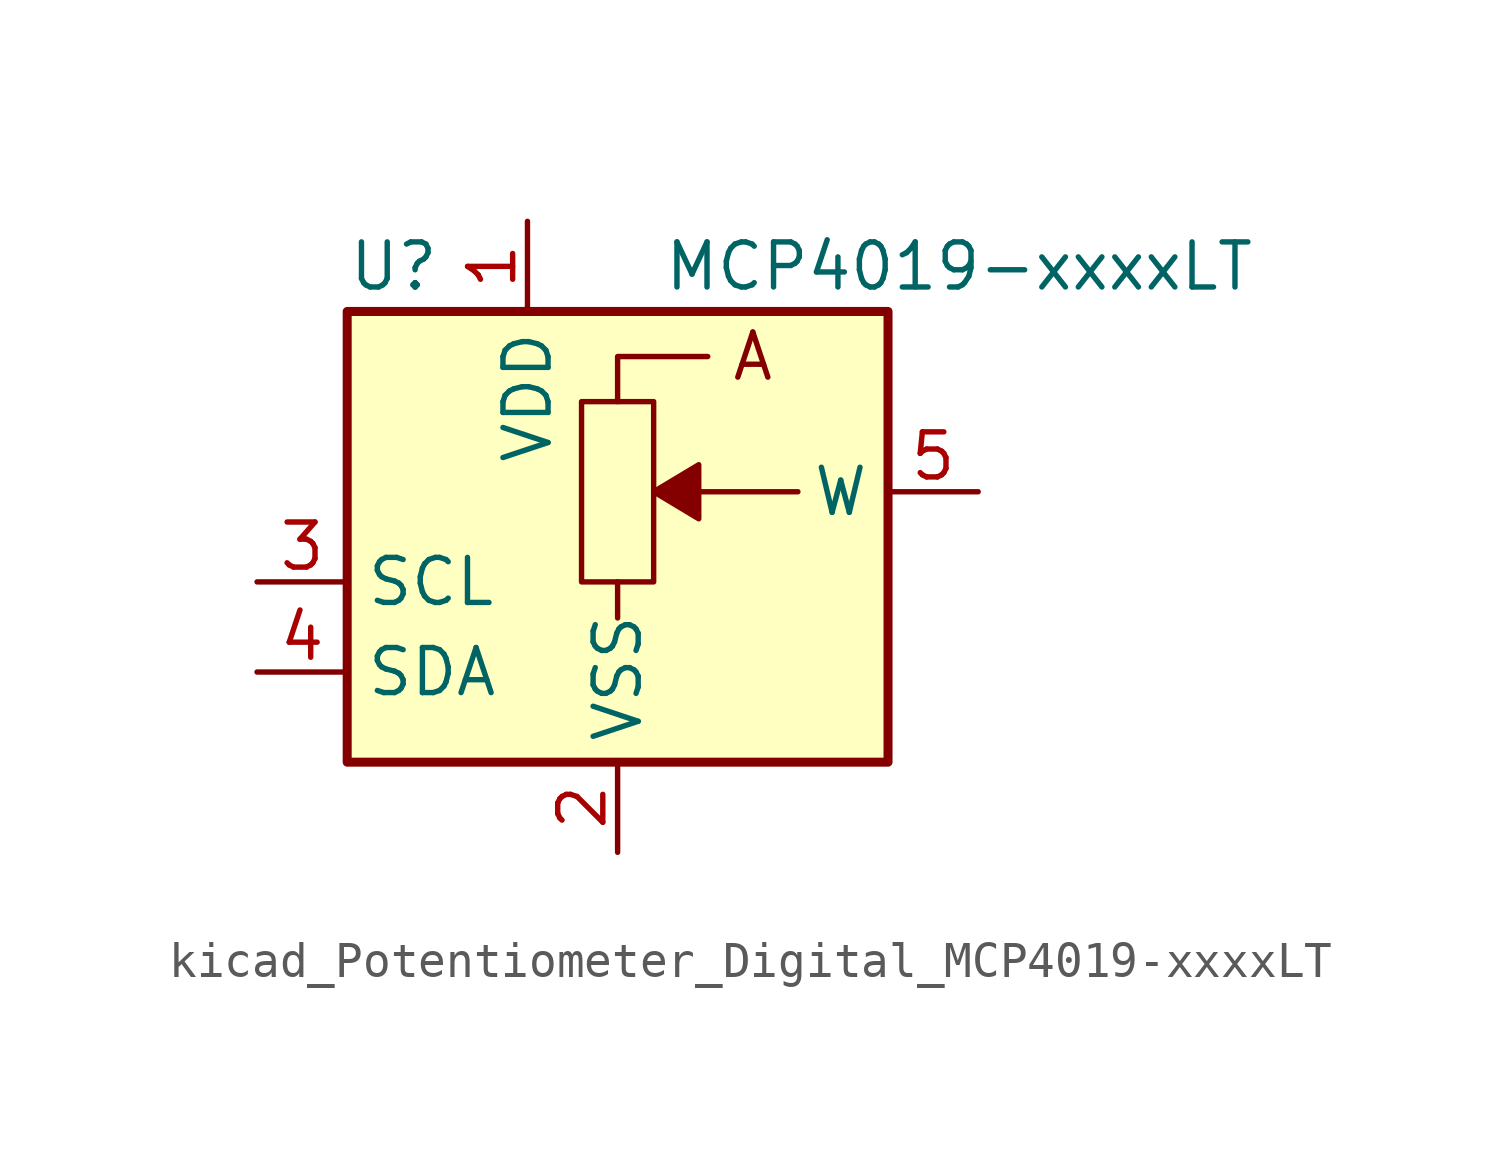
<source format=kicad_sym>
(kicad_symbol_lib
  (version 20220914)
  (generator kicad_symbol_editor)
  (symbol "kicad_Potentiometer_Digital_MCP4019-xxxxLT"
    (property "Reference" "U"
      (at -7.62 8.89 0)
      (effects (font (size 1.27 1.27)) (justify left)))
    (property "Value" "MCP4019-xxxxLT"
      (at 1.27 8.89 0)
      (effects (font (size 1.27 1.27)) (justify left)))
    (symbol "kicad_Potentiometer_Digital_MCP4019-xxxxLT_0_0"
      (polyline (pts (xy 0 5.08) (xy 0 6.35) (xy 2.54 6.35)) (stroke (width 0) (type default)) (fill (type none)))
      (text "A" (at 3.81 6.35 0) (effects (font (size 1.27 1.27)))))
    (symbol "kicad_Potentiometer_Digital_MCP4019-xxxxLT_0_1"
      (polyline (pts (xy 0 0) (xy 0 -1.016)) (stroke (width 0) (type default)) (fill (type none))))
    (symbol "kicad_Potentiometer_Digital_MCP4019-xxxxLT_1_1"
      (rectangle (start -7.62 7.62) (end 7.62 -5.08) (stroke (width 0.254) (type default)) (fill (type background)))
      (polyline (pts (xy 5.08 2.54) (xy 2.286 2.54)) (stroke (width 0) (type default)) (fill (type none)))
      (polyline (pts (xy 2.286 1.778) (xy 2.286 3.302) (xy 1.016 2.54) (xy 2.286 1.778)) (stroke (width 0) (type default)) (fill (type outline)))
      (rectangle (start 1.016 0) (end -1.016 5.08) (stroke (width 0) (type default)) (fill (type none)))
      (pin power_in line (at -2.54 10.16 270) (length 2.54) (name "VDD" (effects (font (size 1.27 1.27)))) (number "1" (effects (font (size 1.27 1.27)))))
      (pin power_in line (at 0 -7.62 90) (length 2.54) (name "VSS" (effects (font (size 1.27 1.27)))) (number "2" (effects (font (size 1.27 1.27)))))
      (pin input line (at -10.16 0 0) (length 2.54) (name "SCL" (effects (font (size 1.27 1.27)))) (number "3" (effects (font (size 1.27 1.27)))))
      (pin bidirectional line (at -10.16 -2.54 0) (length 2.54) (name "SDA" (effects (font (size 1.27 1.27)))) (number "4" (effects (font (size 1.27 1.27)))))
      (pin passive line (at 10.16 2.54 180) (length 2.54) (name "W" (effects (font (size 1.27 1.27)))) (number "5" (effects (font (size 1.27 1.27))))))))
</source>
